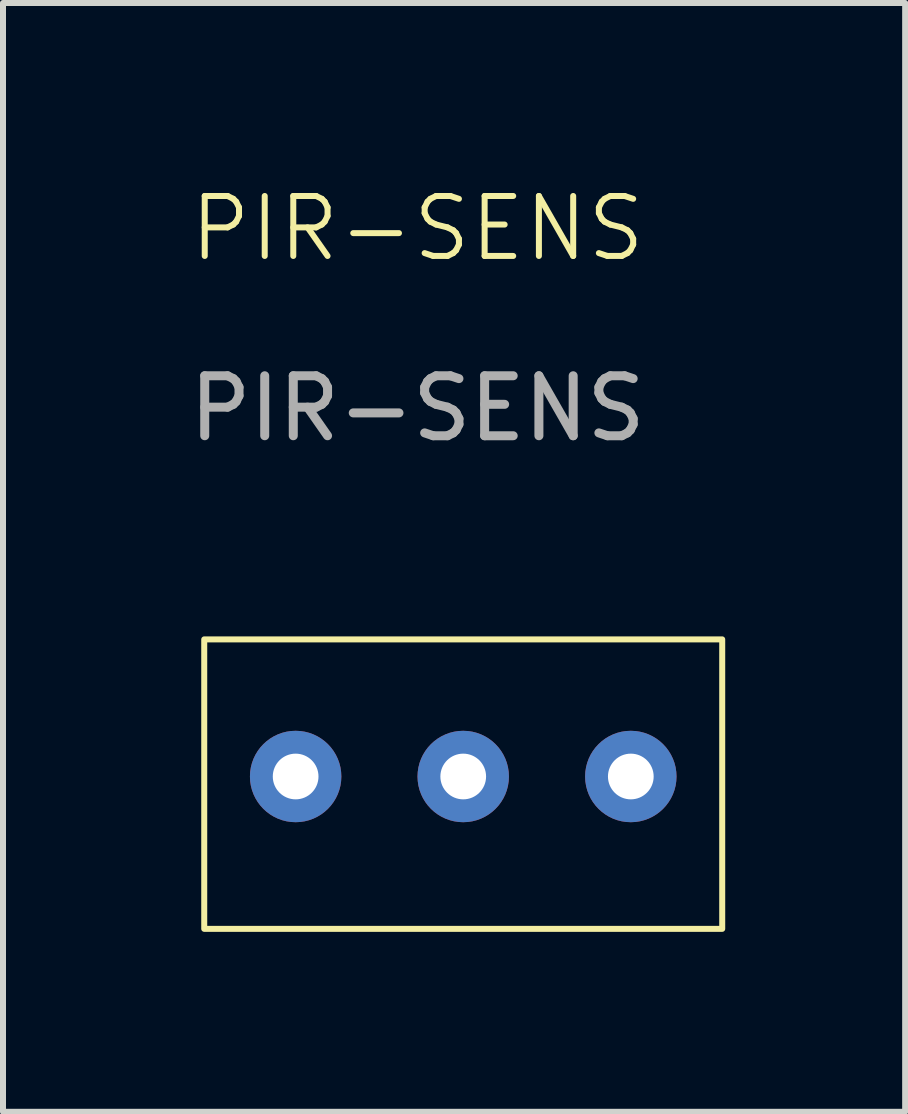
<source format=kicad_pcb>
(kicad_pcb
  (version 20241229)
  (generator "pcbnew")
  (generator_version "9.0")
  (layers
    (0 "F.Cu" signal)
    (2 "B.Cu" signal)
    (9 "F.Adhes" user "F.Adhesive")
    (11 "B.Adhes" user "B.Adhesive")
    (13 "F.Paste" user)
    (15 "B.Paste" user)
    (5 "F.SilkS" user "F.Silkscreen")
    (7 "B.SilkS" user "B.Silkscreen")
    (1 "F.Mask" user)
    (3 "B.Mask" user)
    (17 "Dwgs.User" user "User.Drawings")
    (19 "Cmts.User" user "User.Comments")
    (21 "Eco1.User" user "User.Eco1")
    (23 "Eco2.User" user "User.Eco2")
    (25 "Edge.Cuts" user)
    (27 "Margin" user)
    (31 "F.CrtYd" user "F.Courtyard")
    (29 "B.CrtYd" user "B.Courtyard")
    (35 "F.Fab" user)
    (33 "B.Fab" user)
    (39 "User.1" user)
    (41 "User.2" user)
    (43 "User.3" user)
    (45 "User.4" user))
  (footprint "PIR-SENS"
    (layer "F.Cu")
    (at 3.911 1.26)
    (property "Reference" "PIR-SENS" (at 0 -0.5 0) (unlocked yes) (layer "F.SilkS") (effects (font (size 1 1) (thickness 0.1))))
    (attr through_hole)
    (fp_rect (start -3.556 6.35) (end 5.08 11.176) (stroke (width 0.1) (type default)) (fill no) (layer "F.SilkS"))
    (fp_text user "${REFERENCE}" (at 0 2.5 0) (unlocked yes) (layer "F.Fab") (effects (font (size 1 1) (thickness 0.15))))
    (pad "1" thru_hole circle (at 3.556 8.636) (size 1.524 1.524) (drill 0.762) (layers "*.Cu" "*.Mask"))
    (pad "2" thru_hole circle (at 0.762 8.636) (size 1.524 1.524) (drill 0.762) (layers "*.Cu" "*.Mask"))
    (pad "3" thru_hole circle (at -2.032 8.636) (size 1.524 1.524) (drill 0.762) (layers "*.Cu" "*.Mask")))
  (gr_rect
    (start -3 -3)
    (end 12.041 15.486)
    (stroke (width 0.1) (type default))
    (fill no)
    (layer "Edge.Cuts")))
</source>
